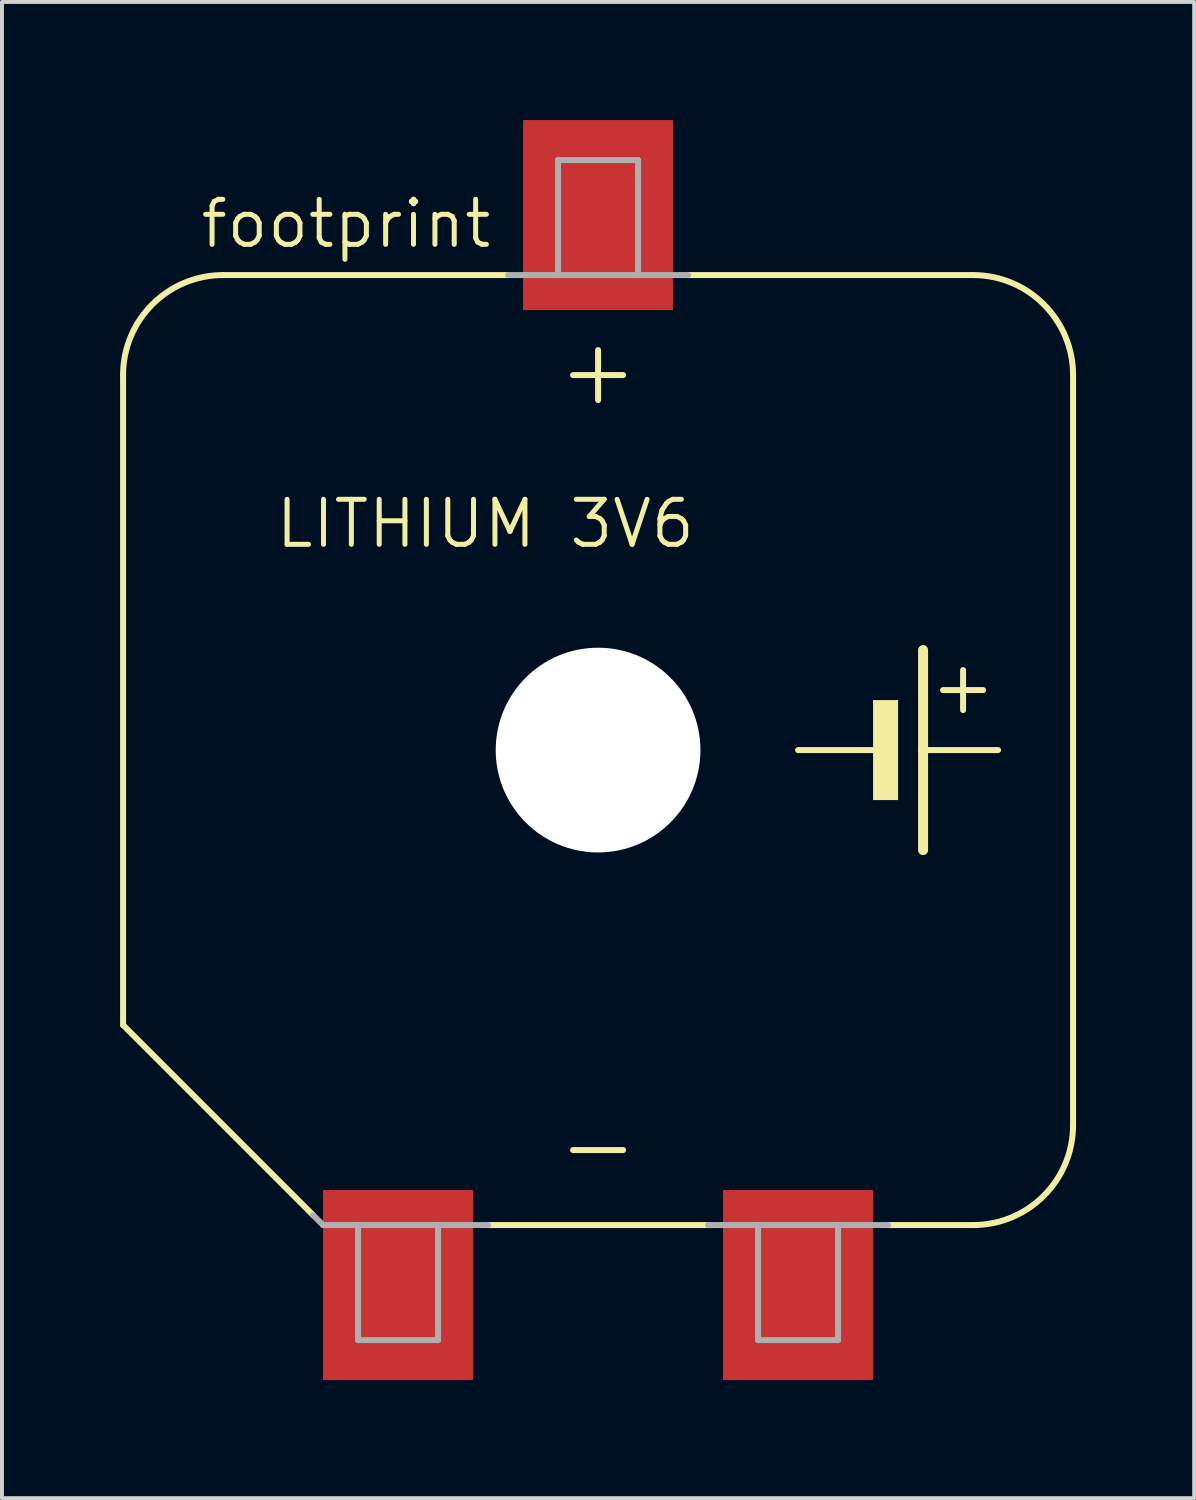
<source format=kicad_pcb>
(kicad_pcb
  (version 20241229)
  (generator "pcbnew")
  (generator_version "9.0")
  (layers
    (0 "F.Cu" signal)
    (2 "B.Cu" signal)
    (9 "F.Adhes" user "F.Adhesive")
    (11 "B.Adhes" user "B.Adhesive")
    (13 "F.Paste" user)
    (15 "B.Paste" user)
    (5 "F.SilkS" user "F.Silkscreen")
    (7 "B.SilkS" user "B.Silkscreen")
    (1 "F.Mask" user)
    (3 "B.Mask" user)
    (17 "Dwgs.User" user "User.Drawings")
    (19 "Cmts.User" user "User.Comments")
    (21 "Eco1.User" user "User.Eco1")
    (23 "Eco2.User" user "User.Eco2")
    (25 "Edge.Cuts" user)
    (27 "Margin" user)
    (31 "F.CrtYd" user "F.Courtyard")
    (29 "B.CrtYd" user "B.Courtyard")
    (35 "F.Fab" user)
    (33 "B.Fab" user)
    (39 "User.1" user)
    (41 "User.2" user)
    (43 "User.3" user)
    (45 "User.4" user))
  (footprint "footprint"
    (layer "F.Cu")
    (at 12.141 16.002)
    (property "Reference" "footprint" (at -10.16 -12.7 0) (layer "F.SilkS") (effects (font (size 1.143 1.143) (thickness 0.127)) (justify left bottom)))
    (fp_line (start -12.065 6.985) (end -12.065 -9.525) (stroke (width 0.152) (type solid)) (layer "F.SilkS"))
    (fp_line (start -9.525 -12.065) (end -2.286 -12.065) (stroke (width 0.152) (type solid)) (layer "F.SilkS"))
    (fp_line (start -7.239 11.811) (end -12.065 6.985) (stroke (width 0.152) (type solid)) (layer "F.SilkS"))
    (fp_line (start -0.635 -9.525) (end 0.635 -9.525) (stroke (width 0.152) (type solid)) (layer "F.SilkS"))
    (fp_line (start -0.635 10.16) (end 0.635 10.16) (stroke (width 0.152) (type solid)) (layer "F.SilkS"))
    (fp_line (start 0 -8.89) (end 0 -10.16) (stroke (width 0.152) (type solid)) (layer "F.SilkS"))
    (fp_line (start 2.286 -12.065) (end 9.525 -12.065) (stroke (width 0.152) (type solid)) (layer "F.SilkS"))
    (fp_line (start 2.794 12.065) (end -2.794 12.065) (stroke (width 0.152) (type solid)) (layer "F.SilkS"))
    (fp_line (start 5.08 0) (end 6.985 0) (stroke (width 0.152) (type solid)) (layer "F.SilkS"))
    (fp_line (start 8.255 -2.54) (end 8.255 0) (stroke (width 0.254) (type solid)) (layer "F.SilkS"))
    (fp_line (start 8.255 0) (end 8.255 2.54) (stroke (width 0.254) (type solid)) (layer "F.SilkS"))
    (fp_line (start 8.255 0) (end 10.16 0) (stroke (width 0.152) (type solid)) (layer "F.SilkS"))
    (fp_line (start 8.763 -1.524) (end 9.779 -1.524) (stroke (width 0.152) (type solid)) (layer "F.SilkS"))
    (fp_line (start 9.271 -2.032) (end 9.271 -1.016) (stroke (width 0.152) (type solid)) (layer "F.SilkS"))
    (fp_line (start 9.525 12.065) (end 7.366 12.065) (stroke (width 0.152) (type solid)) (layer "F.SilkS"))
    (fp_line (start 12.065 -9.525) (end 12.065 9.525) (stroke (width 0.152) (type solid)) (layer "F.SilkS"))
    (fp_arc (start -12.065 -9.525) (mid -11.321051 -11.321051) (end -9.525 -12.065) (stroke (width 0.1524) (type solid)) (layer "F.SilkS"))
    (fp_arc (start 9.525 -12.065) (mid 11.321051 -11.321051) (end 12.065 -9.525) (stroke (width 0.1524) (type solid)) (layer "F.SilkS"))
    (fp_arc (start 12.065 9.525) (mid 11.321051 11.321051) (end 9.525 12.065) (stroke (width 0.1524) (type solid)) (layer "F.SilkS"))
    (fp_poly (pts (xy 6.985 1.27) (xy 7.62 1.27) (xy 7.62 -1.27) (xy 6.985 -1.27)) (stroke (width 0) (type solid)) (fill yes) (layer "F.SilkS"))
    (fp_line (start -6.985 12.065) (end -7.239 11.811) (stroke (width 0.152) (type solid)) (layer "F.Fab"))
    (fp_line (start -6.096 12.065) (end -6.985 12.065) (stroke (width 0.152) (type solid)) (layer "F.Fab"))
    (fp_line (start -6.096 14.986) (end -6.096 12.065) (stroke (width 0.152) (type solid)) (layer "F.Fab"))
    (fp_line (start -6.096 14.986) (end -4.064 14.986) (stroke (width 0.152) (type solid)) (layer "F.Fab"))
    (fp_line (start -4.064 12.065) (end -6.096 12.065) (stroke (width 0.152) (type solid)) (layer "F.Fab"))
    (fp_line (start -4.064 14.986) (end -4.064 12.065) (stroke (width 0.152) (type solid)) (layer "F.Fab"))
    (fp_line (start -2.794 12.065) (end -4.064 12.065) (stroke (width 0.152) (type solid)) (layer "F.Fab"))
    (fp_line (start -2.286 -12.065) (end -1.016 -12.065) (stroke (width 0.152) (type solid)) (layer "F.Fab"))
    (fp_line (start -1.016 -14.986) (end -1.016 -12.065) (stroke (width 0.152) (type solid)) (layer "F.Fab"))
    (fp_line (start -1.016 -14.986) (end 1.016 -14.986) (stroke (width 0.152) (type solid)) (layer "F.Fab"))
    (fp_line (start -1.016 -12.065) (end 1.016 -12.065) (stroke (width 0.152) (type solid)) (layer "F.Fab"))
    (fp_line (start 1.016 -14.986) (end 1.016 -12.065) (stroke (width 0.152) (type solid)) (layer "F.Fab"))
    (fp_line (start 1.016 -12.065) (end 2.286 -12.065) (stroke (width 0.152) (type solid)) (layer "F.Fab"))
    (fp_line (start 4.064 12.065) (end 2.794 12.065) (stroke (width 0.152) (type solid)) (layer "F.Fab"))
    (fp_line (start 4.064 14.986) (end 4.064 12.065) (stroke (width 0.152) (type solid)) (layer "F.Fab"))
    (fp_line (start 4.064 14.986) (end 6.096 14.986) (stroke (width 0.152) (type solid)) (layer "F.Fab"))
    (fp_line (start 6.096 12.065) (end 4.064 12.065) (stroke (width 0.152) (type solid)) (layer "F.Fab"))
    (fp_line (start 6.096 12.065) (end 7.366 12.065) (stroke (width 0.152) (type solid)) (layer "F.Fab"))
    (fp_line (start 6.096 14.986) (end 6.096 12.065) (stroke (width 0.152) (type solid)) (layer "F.Fab"))
    (fp_text user "LITHIUM 3V6" (at -8.255 -5.08 0) (layer "F.SilkS") (effects (font (size 1.143 1.143) (thickness 0.127)) (justify left bottom)))
    (pad "" np_thru_hole circle (at 0 0) (size 5.2 5.2) (drill 5.2) (layers "*.Cu" "*.Mask"))
    (pad "+" smd rect (at 0 -13.589) (size 3.81 4.826) (layers "F.Cu" "F.Mask" "F.Paste"))
    (pad "-" smd rect (at -5.08 13.589) (size 3.81 4.826) (layers "F.Cu" "F.Mask" "F.Paste"))
    (pad "-@1" smd rect (at 5.08 13.589) (size 3.81 4.826) (layers "F.Cu" "F.Mask" "F.Paste")))
  (gr_rect
    (start -3 -3)
    (end 27.282 35.004)
    (stroke (width 0.1) (type default))
    (fill no)
    (layer "Edge.Cuts")))
</source>
